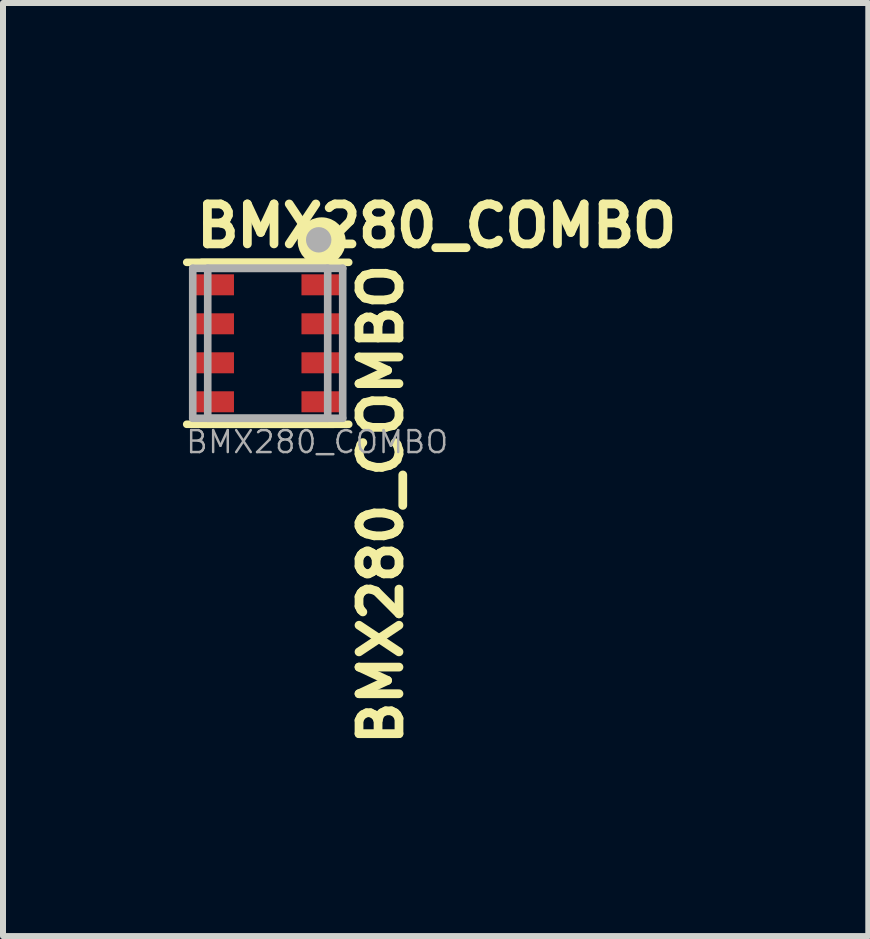
<source format=kicad_pcb>
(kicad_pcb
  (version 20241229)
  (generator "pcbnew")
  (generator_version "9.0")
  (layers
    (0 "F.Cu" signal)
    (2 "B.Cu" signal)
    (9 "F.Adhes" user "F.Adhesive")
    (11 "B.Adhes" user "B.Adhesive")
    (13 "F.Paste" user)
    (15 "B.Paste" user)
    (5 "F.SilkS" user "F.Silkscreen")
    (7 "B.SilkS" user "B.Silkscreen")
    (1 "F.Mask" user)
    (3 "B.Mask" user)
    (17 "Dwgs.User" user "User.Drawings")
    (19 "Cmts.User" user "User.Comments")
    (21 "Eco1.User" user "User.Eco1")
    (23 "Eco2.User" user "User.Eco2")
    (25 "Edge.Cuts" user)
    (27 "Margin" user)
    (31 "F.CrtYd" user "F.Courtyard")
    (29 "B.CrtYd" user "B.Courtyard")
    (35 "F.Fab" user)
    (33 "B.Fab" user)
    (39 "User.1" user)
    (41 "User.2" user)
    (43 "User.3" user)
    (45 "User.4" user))
  (footprint "BMX280_COMBO"
    (layer "F.Cu")
    (at 1.413 2.673)
    (property "Reference" "BMX280_COMBO" (at -1.26 -1.568 0) (unlocked yes) (layer "F.SilkS") (effects (font (size 0.666 0.666) (thickness 0.146)) (justify left bottom)))
    (property "Value" "BMX280_COMBO" (at -1.24 1.91 0) (unlocked yes) (layer "F.Fab") (hide yes) (effects (font (size 0.366 0.366) (thickness 0.041)) (justify left bottom)))
    (fp_line (start -1.35 -1.35) (end 1.35 -1.35) (stroke (width 0.127) (type solid)) (layer "F.SilkS"))
    (fp_line (start -1.35 1.35) (end 1.35 1.35) (stroke (width 0.127) (type solid)) (layer "F.SilkS"))
    (fp_line (start -1.1 -1.35) (end 1.1 -1.35) (stroke (width 0.127) (type solid)) (layer "F.SilkS"))
    (fp_line (start 1.1 1.35) (end -1.1 1.35) (stroke (width 0.127) (type solid)) (layer "F.SilkS"))
    (fp_circle (center 0.9 -1.7) (end 1 -1.7) (stroke (width 0.3) (type solid)) (fill no) (layer "F.SilkS"))
    (fp_line (start -1.25 -1.25) (end 1.25 -1.25) (stroke (width 0.127) (type solid)) (layer "F.Fab"))
    (fp_line (start -1.25 1.25) (end -1.25 -1.25) (stroke (width 0.127) (type solid)) (layer "F.Fab"))
    (fp_line (start -1 -1.25) (end 1 -1.25) (stroke (width 0.127) (type solid)) (layer "F.Fab"))
    (fp_line (start -1 1.25) (end -1 -1.25) (stroke (width 0.127) (type solid)) (layer "F.Fab"))
    (fp_line (start 1 -1.25) (end 1 1.25) (stroke (width 0.127) (type solid)) (layer "F.Fab"))
    (fp_line (start 1 1.25) (end -1 1.25) (stroke (width 0.127) (type solid)) (layer "F.Fab"))
    (fp_line (start 1.25 -1.25) (end 1.25 1.25) (stroke (width 0.127) (type solid)) (layer "F.Fab"))
    (fp_line (start 1.25 1.25) (end -1.25 1.25) (stroke (width 0.127) (type solid)) (layer "F.Fab"))
    (fp_circle (center 0.85 -1.725) (end 0.956 -1.725) (stroke (width 0.212) (type solid)) (fill no) (layer "F.Fab"))
    (fp_text user "${REFERENCE}" (at 1.498 -1.39 90) (layer "F.SilkS") (effects (font (size 0.666 0.666) (thickness 0.146)) (justify right top)))
    (fp_text user "${VALUE}" (at -1.39 1.86 0) (layer "F.Fab") (effects (font (size 0.366 0.366) (thickness 0.041)) (justify left bottom)))
    (pad "1" smd rect (at 0.925 -0.975) (size 0.725 0.35) (layers "F.Cu" "F.Mask" "F.Paste"))
    (pad "2" smd rect (at 0.925 -0.325) (size 0.725 0.35) (layers "F.Cu" "F.Mask" "F.Paste"))
    (pad "3" smd rect (at 0.925 0.325) (size 0.725 0.35) (layers "F.Cu" "F.Mask" "F.Paste"))
    (pad "4" smd rect (at 0.925 0.975) (size 0.725 0.35) (layers "F.Cu" "F.Mask" "F.Paste"))
    (pad "5" smd rect (at -0.925 0.975) (size 0.725 0.35) (layers "F.Cu" "F.Mask" "F.Paste"))
    (pad "6" smd rect (at -0.925 0.325) (size 0.725 0.35) (layers "F.Cu" "F.Mask" "F.Paste"))
    (pad "7" smd rect (at -0.925 -0.325) (size 0.725 0.35) (layers "F.Cu" "F.Mask" "F.Paste"))
    (pad "8" smd rect (at -0.925 -0.975) (size 0.725 0.35) (layers "F.Cu" "F.Mask" "F.Paste")))
  (gr_rect
    (start -3 -3)
    (end 11.425 12.555)
    (stroke (width 0.1) (type default))
    (fill no)
    (layer "Edge.Cuts")))
</source>
